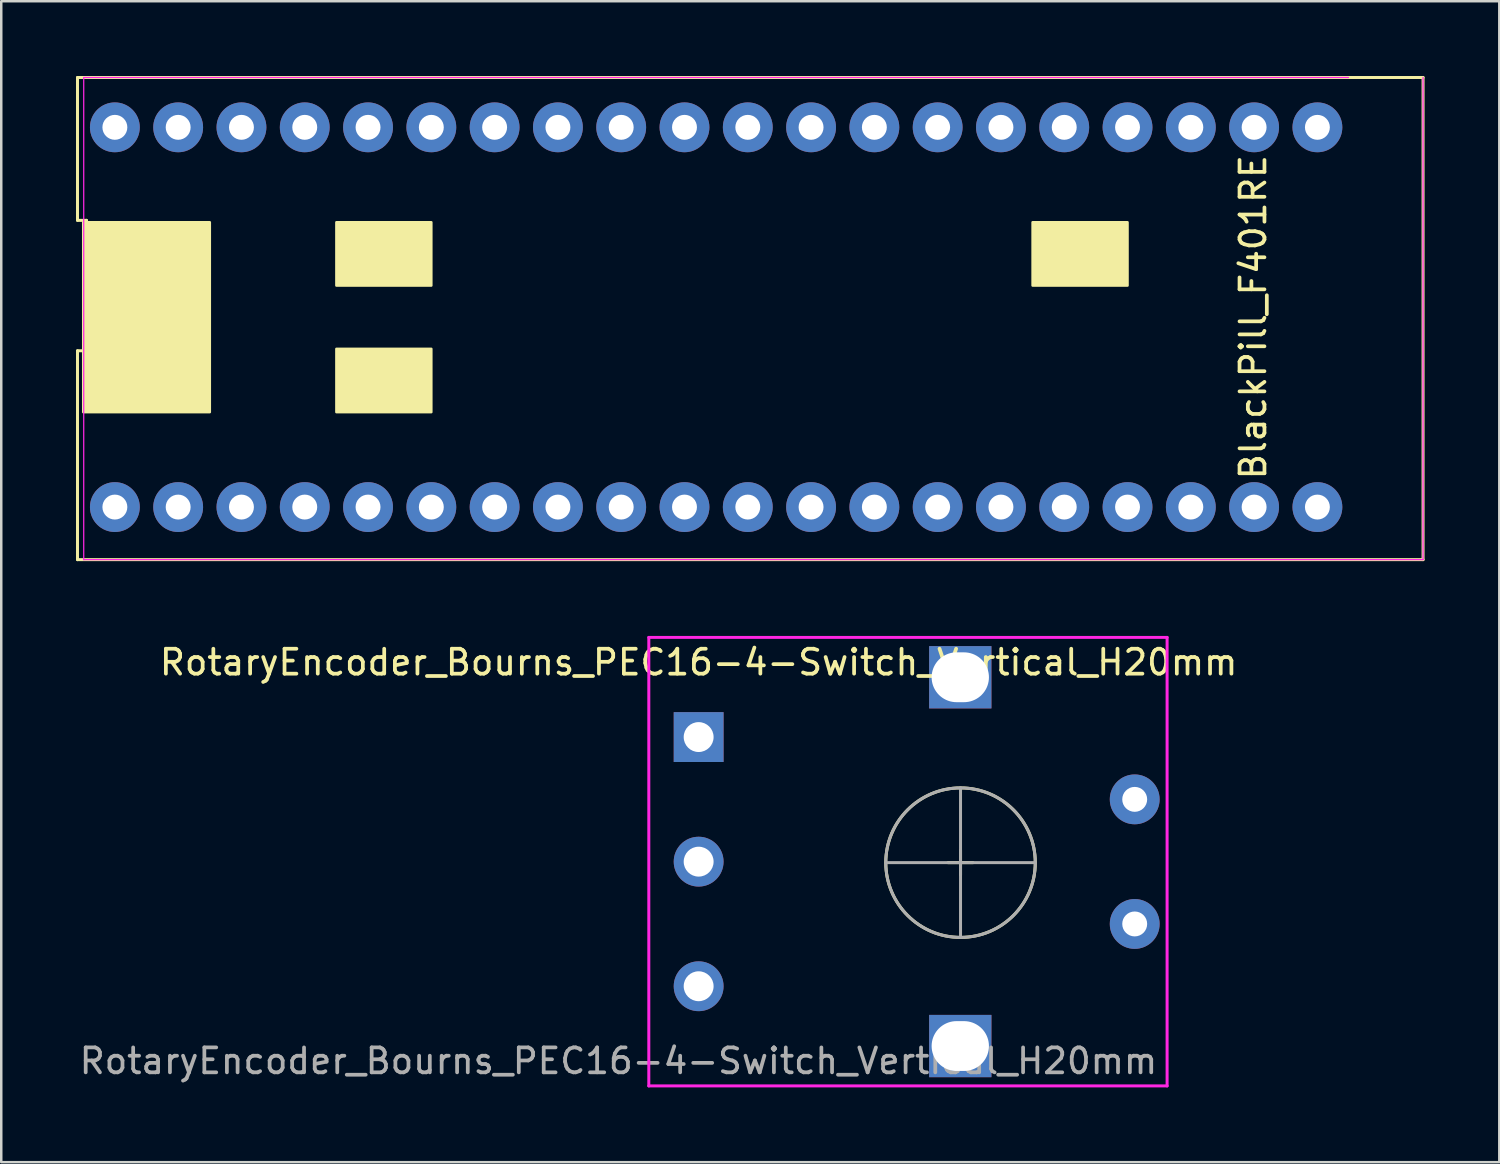
<source format=kicad_pcb>
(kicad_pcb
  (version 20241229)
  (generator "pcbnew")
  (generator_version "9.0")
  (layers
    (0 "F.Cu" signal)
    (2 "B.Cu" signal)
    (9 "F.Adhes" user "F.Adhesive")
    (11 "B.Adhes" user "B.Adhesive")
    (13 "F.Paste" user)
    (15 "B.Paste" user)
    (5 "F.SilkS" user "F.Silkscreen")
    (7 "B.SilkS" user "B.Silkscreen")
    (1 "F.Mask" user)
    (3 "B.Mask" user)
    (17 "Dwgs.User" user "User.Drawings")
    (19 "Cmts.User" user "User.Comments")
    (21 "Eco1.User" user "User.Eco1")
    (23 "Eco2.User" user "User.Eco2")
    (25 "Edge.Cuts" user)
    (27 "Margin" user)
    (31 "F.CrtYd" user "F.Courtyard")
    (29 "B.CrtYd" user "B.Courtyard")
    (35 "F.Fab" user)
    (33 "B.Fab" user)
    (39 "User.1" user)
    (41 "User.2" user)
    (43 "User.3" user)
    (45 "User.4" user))
  (footprint "RotaryEncoder_Bourns_PEC16-4-Switch_Vertical_H20mm"
    (layer "F.Cu")
    (at 35.488 31.53)
    (property "Reference" "RotaryEncoder_Bourns_PEC16-4-Switch_Vertical_H20mm" (at -10.5 -8 180) (layer "F.SilkS") (effects (font (size 1 1) (thickness 0.15))))
    (attr through_hole)
    (fp_line (start -0.49 0.04) (end 0.51 0.04) (stroke (width 0.12) (type solid)) (layer "F.SilkS"))
    (fp_line (start 0.01 -0.46) (end 0.01 0.54) (stroke (width 0.12) (type solid)) (layer "F.SilkS"))
    (fp_circle (center 0.01 0.04) (end 3.01 0.04) (stroke (width 0.12) (type solid)) (fill no) (layer "F.SilkS"))
    (fp_line (start -12.5 -9) (end -12.5 9) (stroke (width 0.12) (type solid)) (layer "F.CrtYd"))
    (fp_line (start -12.5 -9) (end 8.3 -9) (stroke (width 0.12) (type solid)) (layer "F.CrtYd"))
    (fp_line (start 8.3 -9) (end 8.3 9) (stroke (width 0.12) (type solid)) (layer "F.CrtYd"))
    (fp_line (start 8.3 9) (end -12.5 9) (stroke (width 0.12) (type solid)) (layer "F.CrtYd"))
    (fp_line (start -2.99 0.04) (end 3.01 0.04) (stroke (width 0.12) (type solid)) (layer "F.Fab"))
    (fp_line (start 0.01 -2.96) (end 0.01 3.04) (stroke (width 0.12) (type solid)) (layer "F.Fab"))
    (fp_circle (center 0.01 0.04) (end 3.01 0.04) (stroke (width 0.12) (type solid)) (fill no) (layer "F.Fab"))
    (fp_text user "${REFERENCE}" (at 8 8 180) (layer "F.Fab") (effects (font (size 1 1) (thickness 0.15)) (justify right)))
    (pad "A" thru_hole rect (at -10.5 -5) (size 2 2) (drill 1.2) (layers "*.Cu" "*.Mask"))
    (pad "B" thru_hole circle (at -10.5 0) (size 2 2) (drill 1.2) (layers "*.Cu" "*.Mask"))
    (pad "C" thru_hole circle (at -10.5 5) (size 2 2) (drill 1.2) (layers "*.Cu" "*.Mask"))
    (pad "MP" thru_hole rect (at 0 -7.4) (size 2.5 2.5) (drill oval 2.3 2) (layers "*.Cu" "*.Mask"))
    (pad "MP" thru_hole rect (at 0 7.4 180) (size 2.5 2.5) (drill oval 2.3 2) (layers "*.Cu" "*.Mask"))
    (pad "S1" thru_hole circle (at 7 2.5) (size 2 2) (drill 1) (layers "*.Cu" "*.Mask"))
    (pad "S2" thru_hole circle (at 7 -2.5) (size 2 2) (drill 1) (layers "*.Cu" "*.Mask")))
  (footprint "BlackPill_F401RE"
    (layer "F.Cu")
    (at 26.96 9.68)
    (property "Reference" "BlackPill_F401RE" (at 20.28 0 270) (layer "F.SilkS") (effects (font (size 1 1) (thickness 0.15))))
    (attr through_hole)
    (fp_line (start -26.9 -9.62) (end 27.1 -9.62) (stroke (width 0.12) (type solid)) (layer "F.SilkS"))
    (fp_line (start -26.9 -3.887) (end -26.9 -9.62) (stroke (width 0.12) (type solid)) (layer "F.SilkS"))
    (fp_line (start -26.9 1.347) (end -26.54 1.347) (stroke (width 0.12) (type solid)) (layer "F.SilkS"))
    (fp_line (start -26.9 9.73) (end -26.9 1.347) (stroke (width 0.12) (type solid)) (layer "F.SilkS"))
    (fp_line (start -26.54 -3.887) (end -26.9 -3.887) (stroke (width 0.12) (type solid)) (layer "F.SilkS"))
    (fp_line (start -26.54 1.347) (end -26.54 -3.887) (stroke (width 0.12) (type solid)) (layer "F.SilkS"))
    (fp_line (start 27.1 -9.62) (end 27.1 9.73) (stroke (width 0.12) (type solid)) (layer "F.SilkS"))
    (fp_line (start 27.1 9.73) (end -26.9 9.73) (stroke (width 0.12) (type solid)) (layer "F.SilkS"))
    (fp_poly (pts (xy -21.59 -3.81) (xy -26.67 -3.81) (xy -26.67 3.81) (xy -21.59 3.81)) (stroke (width 0.1) (type solid)) (fill yes) (layer "F.SilkS"))
    (fp_poly (pts (xy -12.7 -3.81) (xy -16.51 -3.81) (xy -16.51 -1.27) (xy -12.7 -1.27)) (stroke (width 0.1) (type solid)) (fill yes) (layer "F.SilkS"))
    (fp_poly (pts (xy -12.7 1.27) (xy -16.51 1.27) (xy -16.51 3.81) (xy -12.7 3.81)) (stroke (width 0.1) (type solid)) (fill yes) (layer "F.SilkS"))
    (fp_poly (pts (xy 15.24 -3.81) (xy 11.43 -3.81) (xy 11.43 -1.27) (xy 15.24 -1.27)) (stroke (width 0.1) (type solid)) (fill yes) (layer "F.SilkS"))
    (fp_line (start -26.65 -9.62) (end -26.65 9.73) (stroke (width 0.05) (type solid)) (layer "F.CrtYd"))
    (fp_line (start -26.65 9.73) (end 27.1 9.73) (stroke (width 0.05) (type solid)) (layer "F.CrtYd"))
    (fp_line (start 24.11 -9.62) (end -26.65 -9.62) (stroke (width 0.05) (type solid)) (layer "F.CrtYd"))
    (fp_line (start 27.1 9.73) (end 27.1 -9.62) (stroke (width 0.05) (type solid)) (layer "F.CrtYd"))
    (pad "1" thru_hole circle (at -25.4 -7.62 180) (size 2 2) (drill 1) (layers "*.Cu" "*.Mask"))
    (pad "2" thru_hole circle (at -22.86 -7.62 180) (size 2 2) (drill 1) (layers "*.Cu" "*.Mask"))
    (pad "3" thru_hole circle (at -20.32 -7.62 180) (size 2 2) (drill 1) (layers "*.Cu" "*.Mask"))
    (pad "4" thru_hole circle (at -17.78 -7.62 180) (size 2 2) (drill 1) (layers "*.Cu" "*.Mask"))
    (pad "5" thru_hole circle (at -15.24 -7.62 180) (size 2 2) (drill 1) (layers "*.Cu" "*.Mask"))
    (pad "6" thru_hole circle (at -12.7 -7.62 180) (size 2 2) (drill 1) (layers "*.Cu" "*.Mask"))
    (pad "7" thru_hole circle (at -10.16 -7.62 180) (size 2 2) (drill 1) (layers "*.Cu" "*.Mask"))
    (pad "8" thru_hole circle (at -7.62 -7.62 180) (size 2 2) (drill 1) (layers "*.Cu" "*.Mask"))
    (pad "9" thru_hole circle (at -5.08 -7.62 180) (size 2 2) (drill 1) (layers "*.Cu" "*.Mask"))
    (pad "10" thru_hole circle (at -2.54 -7.62 180) (size 2 2) (drill 1) (layers "*.Cu" "*.Mask"))
    (pad "11" thru_hole circle (at 0 -7.62 180) (size 2 2) (drill 1) (layers "*.Cu" "*.Mask"))
    (pad "12" thru_hole circle (at 2.54 -7.62 180) (size 2 2) (drill 1) (layers "*.Cu" "*.Mask"))
    (pad "13" thru_hole circle (at 5.08 -7.62 180) (size 2 2) (drill 1) (layers "*.Cu" "*.Mask"))
    (pad "14" thru_hole circle (at 7.62 -7.62 180) (size 2 2) (drill 1) (layers "*.Cu" "*.Mask"))
    (pad "15" thru_hole circle (at 10.16 -7.62 180) (size 2 2) (drill 1) (layers "*.Cu" "*.Mask"))
    (pad "16" thru_hole circle (at 12.7 -7.62 180) (size 2 2) (drill 1) (layers "*.Cu" "*.Mask"))
    (pad "17" thru_hole circle (at 15.24 -7.62 180) (size 2 2) (drill 1) (layers "*.Cu" "*.Mask"))
    (pad "18" thru_hole circle (at 17.78 -7.62 180) (size 2 2) (drill 1) (layers "*.Cu" "*.Mask"))
    (pad "19" thru_hole circle (at 20.32 -7.62 180) (size 2 2) (drill 1) (layers "*.Cu" "*.Mask"))
    (pad "20" thru_hole circle (at 22.86 -7.62 180) (size 2 2) (drill 1) (layers "*.Cu" "*.Mask"))
    (pad "21" thru_hole circle (at 22.86 7.62 180) (size 2 2) (drill 1) (layers "*.Cu" "*.Mask"))
    (pad "22" thru_hole circle (at 20.32 7.62 180) (size 2 2) (drill 1) (layers "*.Cu" "*.Mask"))
    (pad "23" thru_hole circle (at 17.78 7.62 180) (size 2 2) (drill 1) (layers "*.Cu" "*.Mask"))
    (pad "24" thru_hole circle (at 15.24 7.62 180) (size 2 2) (drill 1) (layers "*.Cu" "*.Mask"))
    (pad "25" thru_hole circle (at 12.7 7.62 180) (size 2 2) (drill 1) (layers "*.Cu" "*.Mask"))
    (pad "26" thru_hole circle (at 10.16 7.62 180) (size 2 2) (drill 1) (layers "*.Cu" "*.Mask"))
    (pad "27" thru_hole circle (at 7.62 7.62 180) (size 2 2) (drill 1) (layers "*.Cu" "*.Mask"))
    (pad "28" thru_hole circle (at 5.08 7.62 180) (size 2 2) (drill 1) (layers "*.Cu" "*.Mask"))
    (pad "29" thru_hole circle (at 2.54 7.62 180) (size 2 2) (drill 1) (layers "*.Cu" "*.Mask"))
    (pad "30" thru_hole circle (at 0 7.62 180) (size 2 2) (drill 1) (layers "*.Cu" "*.Mask"))
    (pad "31" thru_hole circle (at -2.54 7.62 180) (size 2 2) (drill 1) (layers "*.Cu" "*.Mask"))
    (pad "32" thru_hole circle (at -5.08 7.62 180) (size 2 2) (drill 1) (layers "*.Cu" "*.Mask"))
    (pad "33" thru_hole circle (at -7.62 7.62 180) (size 2 2) (drill 1) (layers "*.Cu" "*.Mask"))
    (pad "34" thru_hole circle (at -10.16 7.62 180) (size 2 2) (drill 1) (layers "*.Cu" "*.Mask"))
    (pad "35" thru_hole circle (at -12.7 7.62 180) (size 2 2) (drill 1) (layers "*.Cu" "*.Mask"))
    (pad "36" thru_hole circle (at -15.24 7.62 180) (size 2 2) (drill 1) (layers "*.Cu" "*.Mask"))
    (pad "37" thru_hole circle (at -17.78 7.62 180) (size 2 2) (drill 1) (layers "*.Cu" "*.Mask"))
    (pad "38" thru_hole circle (at -20.32 7.62 180) (size 2 2) (drill 1) (layers "*.Cu" "*.Mask"))
    (pad "39" thru_hole circle (at -22.86 7.62 180) (size 2 2) (drill 1) (layers "*.Cu" "*.Mask"))
    (pad "40" thru_hole circle (at -25.4 7.62 180) (size 2 2) (drill 1) (layers "*.Cu" "*.Mask")))
  (gr_rect
    (start -3 -3)
    (end 57.12 43.59)
    (stroke (width 0.1) (type default))
    (fill no)
    (layer "Edge.Cuts")))
</source>
